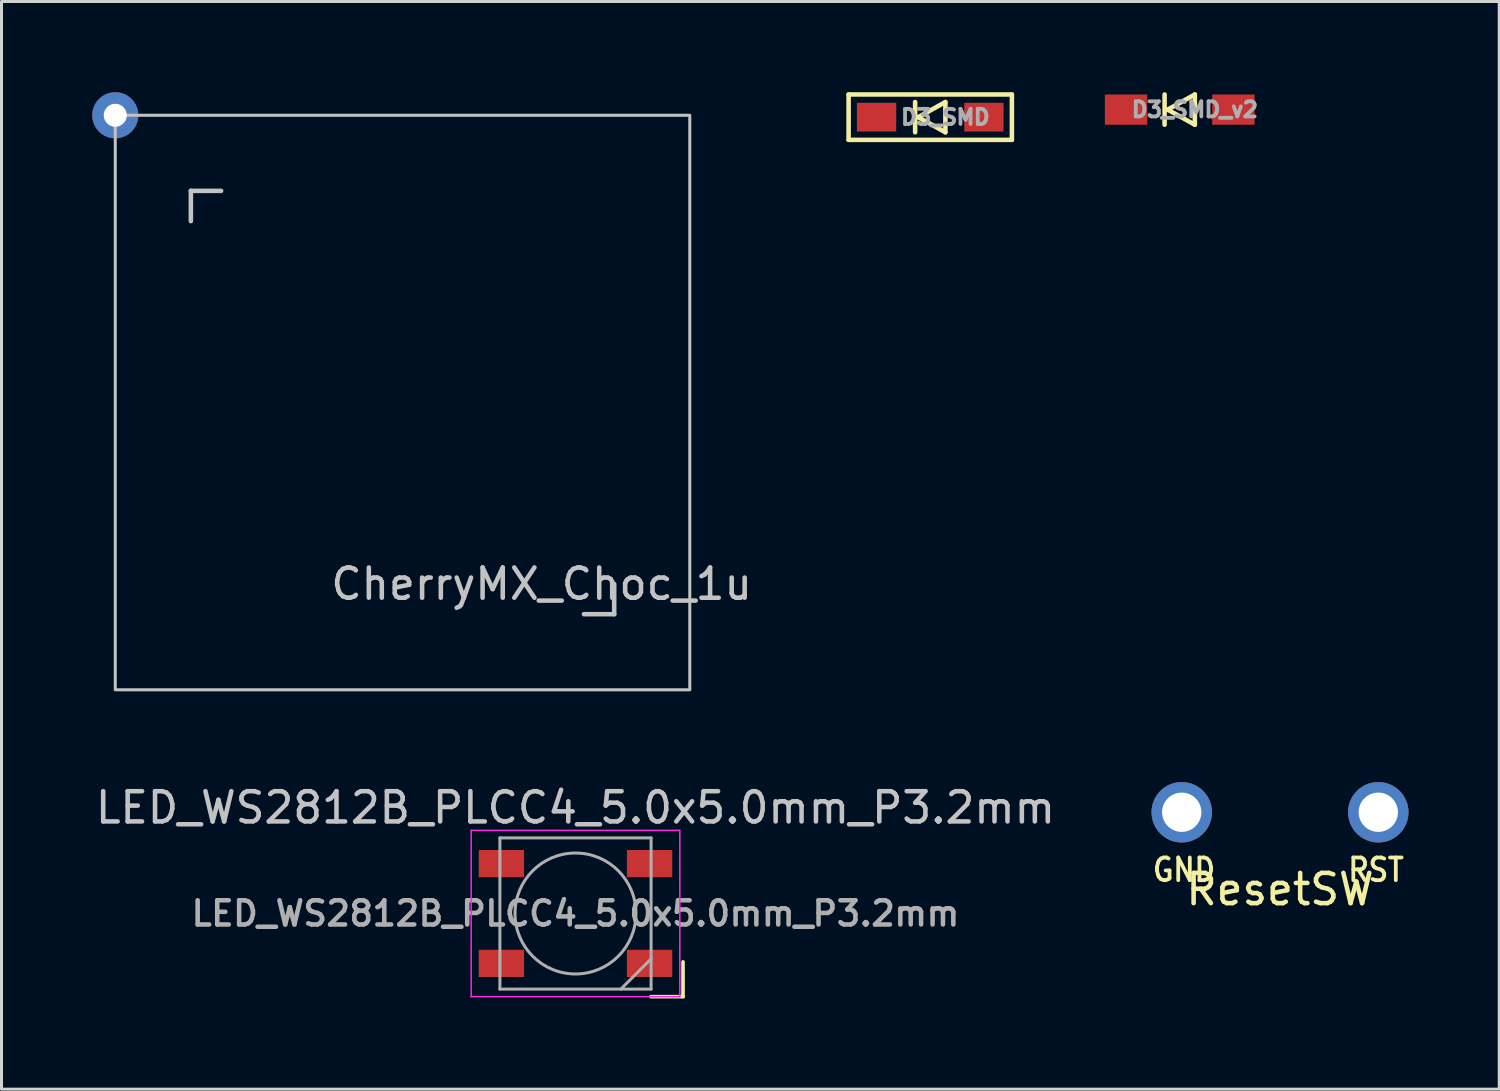
<source format=kicad_pcb>
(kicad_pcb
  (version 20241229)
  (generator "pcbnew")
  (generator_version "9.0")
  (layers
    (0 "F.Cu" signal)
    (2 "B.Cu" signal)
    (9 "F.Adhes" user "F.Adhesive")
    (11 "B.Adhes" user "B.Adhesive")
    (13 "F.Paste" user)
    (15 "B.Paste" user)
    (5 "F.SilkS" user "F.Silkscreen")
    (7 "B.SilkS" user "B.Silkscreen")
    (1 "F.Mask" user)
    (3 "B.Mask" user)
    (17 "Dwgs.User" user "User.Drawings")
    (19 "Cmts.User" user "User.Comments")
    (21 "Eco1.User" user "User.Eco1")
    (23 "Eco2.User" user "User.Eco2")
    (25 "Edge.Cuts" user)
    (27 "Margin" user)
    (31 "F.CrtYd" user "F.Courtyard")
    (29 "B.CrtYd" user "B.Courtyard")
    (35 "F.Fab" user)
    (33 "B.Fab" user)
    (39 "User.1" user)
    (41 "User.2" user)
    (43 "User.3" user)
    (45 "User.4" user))
  (footprint "D3_SMD_v2"
    (layer "F.Cu")
    (at 35.964 0.575)
    (property "Reference" "D3_SMD_v2" (at 0.5 0 0) (layer "F.Fab") (effects (font (size 0.5 0.5) (thickness 0.125))))
    (attr through_hole)
    (fp_line (start -0.5 -0.5) (end -0.5 0.5) (stroke (width 0.15) (type solid)) (layer "F.SilkS"))
    (fp_line (start -0.4 0) (end 0.5 -0.5) (stroke (width 0.15) (type solid)) (layer "F.SilkS"))
    (fp_line (start 0.5 -0.5) (end 0.5 0.5) (stroke (width 0.15) (type solid)) (layer "F.SilkS"))
    (fp_line (start 0.5 0.5) (end -0.4 0) (stroke (width 0.15) (type solid)) (layer "F.SilkS"))
    (pad "1" smd rect (at -1.775 0) (size 1.4 1) (layers "F.Cu" "F.Mask" "F.Paste"))
    (pad "2" smd rect (at 1.775 0) (size 1.4 1) (layers "F.Cu" "F.Mask" "F.Paste")))
  (footprint "D3_SMD"
    (layer "F.Cu")
    (at 27.714 0.825)
    (property "Reference" "D3_SMD" (at 0.5 0 0) (layer "F.Fab") (effects (font (size 0.5 0.5) (thickness 0.125))))
    (attr through_hole)
    (fp_line (start -2.7 -0.75) (end -2.7 0.75) (stroke (width 0.15) (type solid)) (layer "F.SilkS"))
    (fp_line (start -2.7 0.75) (end 2.7 0.75) (stroke (width 0.15) (type solid)) (layer "F.SilkS"))
    (fp_line (start -0.5 -0.5) (end -0.5 0.5) (stroke (width 0.15) (type solid)) (layer "F.SilkS"))
    (fp_line (start -0.4 0) (end 0.5 -0.5) (stroke (width 0.15) (type solid)) (layer "F.SilkS"))
    (fp_line (start 0.5 -0.5) (end 0.5 0.5) (stroke (width 0.15) (type solid)) (layer "F.SilkS"))
    (fp_line (start 0.5 0.5) (end -0.4 0) (stroke (width 0.15) (type solid)) (layer "F.SilkS"))
    (fp_line (start 2.7 -0.75) (end -2.7 -0.75) (stroke (width 0.15) (type solid)) (layer "F.SilkS"))
    (fp_line (start 2.7 -0.75) (end 2.7 0.75) (stroke (width 0.15) (type solid)) (layer "F.SilkS"))
    (pad "1" smd rect (at -1.775 0) (size 1.3 0.95) (layers "F.Cu" "F.Mask" "F.Paste"))
    (pad "2" smd rect (at 1.775 0) (size 1.3 0.95) (layers "F.Cu" "F.Mask" "F.Paste")))
  (footprint "LED_WS2812B_PLCC4_5.0x5.0mm_P3.2mm"
    (layer "F.Cu")
    (at 15.982 27.16)
    (property "Reference" "LED_WS2812B_PLCC4_5.0x5.0mm_P3.2mm" (at 0 -3.5 0) (layer "Dwgs.User") (effects (font (size 1 1) (thickness 0.15))))
    (attr smd)
    (fp_line (start 2.493 2.75) (end 3.556 2.75) (stroke (width 0.12) (type solid)) (layer "F.SilkS"))
    (fp_line (start 3.556 2.75) (end 3.556 1.6) (stroke (width 0.12) (type solid)) (layer "F.SilkS"))
    (fp_line (start -3.45 -2.75) (end -3.45 2.75) (stroke (width 0.05) (type solid)) (layer "F.CrtYd"))
    (fp_line (start -3.45 2.75) (end 3.45 2.75) (stroke (width 0.05) (type solid)) (layer "F.CrtYd"))
    (fp_line (start 3.45 -2.75) (end -3.45 -2.75) (stroke (width 0.05) (type solid)) (layer "F.CrtYd"))
    (fp_line (start 3.45 2.75) (end 3.45 -2.75) (stroke (width 0.05) (type solid)) (layer "F.CrtYd"))
    (fp_line (start -2.5 -2.5) (end -2.5 2.5) (stroke (width 0.1) (type solid)) (layer "F.Fab"))
    (fp_line (start -2.5 2.5) (end 2.5 2.5) (stroke (width 0.1) (type solid)) (layer "F.Fab"))
    (fp_line (start 2.5 -2.5) (end -2.5 -2.5) (stroke (width 0.1) (type solid)) (layer "F.Fab"))
    (fp_line (start 2.5 1.5) (end 1.5 2.5) (stroke (width 0.1) (type solid)) (layer "F.Fab"))
    (fp_line (start 2.5 2.5) (end 2.5 -2.5) (stroke (width 0.1) (type solid)) (layer "F.Fab"))
    (fp_circle (center 0 0) (end 0 -2) (stroke (width 0.1) (type solid)) (fill no) (layer "F.Fab"))
    (fp_text user "${REFERENCE}" (at 0 0 0) (layer "F.Fab") (effects (font (size 0.8 0.8) (thickness 0.15))))
    (pad "1" smd rect (at -2.45 -1.65) (size 1.5 0.9) (layers "F.Cu" "F.Mask" "F.Paste"))
    (pad "2" smd rect (at -2.45 1.65) (size 1.5 0.9) (layers "F.Cu" "F.Mask" "F.Paste"))
    (pad "3" smd rect (at 2.45 1.65) (size 1.5 0.9) (layers "F.Cu" "F.Mask" "F.Paste"))
    (pad "4" smd rect (at 2.45 -1.65) (size 1.5 0.9) (layers "F.Cu" "F.Mask" "F.Paste")))
  (footprint "CherryMX_Choc_1u"
    (layer "F.Cu")
    (at 10.262 10.262)
    (property "Reference" "CherryMX_Choc_1u" (at 4.6 6 180) (layer "Dwgs.User") (effects (font (size 1 1) (thickness 0.15))))
    (attr through_hole)
    (fp_line (start -7 -7) (end -6 -7) (stroke (width 0.15) (type solid)) (layer "Dwgs.User"))
    (fp_line (start -7 -6) (end -7 -7) (stroke (width 0.15) (type solid)) (layer "Dwgs.User"))
    (fp_line (start 6 7) (end 7 7) (stroke (width 0.15) (type solid)) (layer "Dwgs.User"))
    (fp_line (start 7 7) (end 7 6) (stroke (width 0.15) (type solid)) (layer "Dwgs.User"))
    (fp_rect (start -9.5 -9.5) (end 9.5 9.5) (stroke (width 0.1) (type default)) (fill no) (layer "Dwgs.User"))
    (pad "1" thru_hole circle (at -9.5 -9.5) (size 1.524 1.524) (drill 0.762) (layers "*.Cu" "*.Mask")))
  (footprint "ResetSW"
    (layer "F.Cu")
    (at 39.281 23.812)
    (property "Reference" "ResetSW" (at 0 2.55 0) (layer "F.SilkS") (effects (font (size 1 1) (thickness 0.15))))
    (attr through_hole)
    (fp_text user "RST" (at 3.175 1.905 0) (unlocked yes) (layer "F.SilkS") (effects (font (size 0.75 0.67) (thickness 0.125))))
    (fp_text user "GND" (at -3.175 1.905 0) (unlocked yes) (layer "F.SilkS") (effects (font (size 0.75 0.67) (thickness 0.125))))
    (pad "1" thru_hole circle (at 3.25 0) (size 2 2) (drill 1.3) (layers "*.Cu" "*.Mask"))
    (pad "2" thru_hole circle (at -3.25 0) (size 2 2) (drill 1.3) (layers "*.Cu" "*.Mask")))
  (gr_rect
    (start -3 -3)
    (end 46.531 32.97)
    (stroke (width 0.1) (type default))
    (fill no)
    (layer "Edge.Cuts")))
</source>
